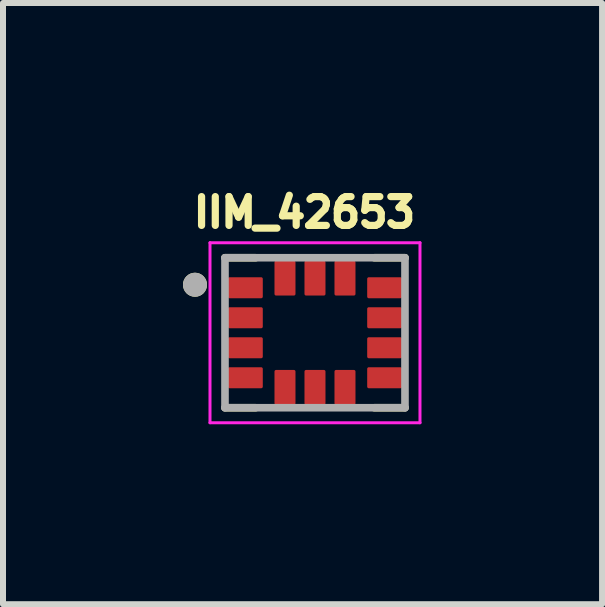
<source format=kicad_pcb>
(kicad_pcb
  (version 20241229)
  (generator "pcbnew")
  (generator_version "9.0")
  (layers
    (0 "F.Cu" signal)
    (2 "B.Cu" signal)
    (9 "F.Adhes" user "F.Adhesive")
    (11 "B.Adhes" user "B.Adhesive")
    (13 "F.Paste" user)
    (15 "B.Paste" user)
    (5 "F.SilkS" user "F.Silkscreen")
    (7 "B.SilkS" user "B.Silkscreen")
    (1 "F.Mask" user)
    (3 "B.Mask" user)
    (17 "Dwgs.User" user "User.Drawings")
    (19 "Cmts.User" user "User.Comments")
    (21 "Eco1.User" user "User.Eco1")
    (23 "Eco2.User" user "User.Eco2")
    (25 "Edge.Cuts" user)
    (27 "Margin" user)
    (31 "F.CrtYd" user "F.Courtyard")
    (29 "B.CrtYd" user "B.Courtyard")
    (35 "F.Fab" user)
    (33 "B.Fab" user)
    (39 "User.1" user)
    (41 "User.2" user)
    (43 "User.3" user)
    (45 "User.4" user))
  (footprint "IIM_42653"
    (layer "F.Cu")
    (at 2.2 2.496)
    (property "Reference" "IIM_42653" (at -0.176 -2.005 0) (layer "F.SilkS") (effects (font (size 0.48 0.48) (thickness 0.15))))
    (attr smd)
    (fp_poly (pts (xy -1.425 -0.975) (xy -0.895 -0.975) (xy -0.891 -0.975) (xy -0.887 -0.975) (xy -0.883 -0.974) (xy -0.879 -0.973) (xy -0.876 -0.972) (xy -0.872 -0.971) (xy -0.868 -0.97) (xy -0.864 -0.969) (xy -0.861 -0.967) (xy -0.857 -0.965) (xy -0.854 -0.963) (xy -0.851 -0.961) (xy -0.848 -0.958) (xy -0.845 -0.956) (xy -0.842 -0.953) (xy -0.839 -0.95) (xy -0.837 -0.947) (xy -0.834 -0.944) (xy -0.832 -0.941) (xy -0.83 -0.937) (xy -0.828 -0.934) (xy -0.826 -0.931) (xy -0.825 -0.927) (xy -0.824 -0.923) (xy -0.823 -0.919) (xy -0.822 -0.916) (xy -0.821 -0.912) (xy -0.82 -0.908) (xy -0.82 -0.904) (xy -0.82 -0.9) (xy -0.82 -0.6) (xy -0.82 -0.596) (xy -0.82 -0.592) (xy -0.821 -0.588) (xy -0.822 -0.584) (xy -0.823 -0.581) (xy -0.824 -0.577) (xy -0.825 -0.573) (xy -0.826 -0.569) (xy -0.828 -0.566) (xy -0.83 -0.563) (xy -0.832 -0.559) (xy -0.834 -0.556) (xy -0.837 -0.553) (xy -0.839 -0.55) (xy -0.842 -0.547) (xy -0.845 -0.544) (xy -0.848 -0.542) (xy -0.851 -0.539) (xy -0.854 -0.537) (xy -0.857 -0.535) (xy -0.861 -0.533) (xy -0.864 -0.531) (xy -0.868 -0.53) (xy -0.872 -0.529) (xy -0.876 -0.528) (xy -0.879 -0.527) (xy -0.883 -0.526) (xy -0.887 -0.525) (xy -0.891 -0.525) (xy -0.895 -0.525) (xy -1.425 -0.525) (xy -1.429 -0.525) (xy -1.433 -0.525) (xy -1.437 -0.526) (xy -1.441 -0.527) (xy -1.444 -0.528) (xy -1.448 -0.529) (xy -1.452 -0.53) (xy -1.456 -0.531) (xy -1.459 -0.533) (xy -1.462 -0.535) (xy -1.466 -0.537) (xy -1.469 -0.539) (xy -1.472 -0.542) (xy -1.475 -0.544) (xy -1.478 -0.547) (xy -1.481 -0.55) (xy -1.483 -0.553) (xy -1.486 -0.556) (xy -1.488 -0.559) (xy -1.49 -0.563) (xy -1.492 -0.566) (xy -1.494 -0.569) (xy -1.495 -0.573) (xy -1.496 -0.577) (xy -1.497 -0.581) (xy -1.498 -0.584) (xy -1.499 -0.588) (xy -1.5 -0.592) (xy -1.5 -0.596) (xy -1.5 -0.6) (xy -1.5 -0.9) (xy -1.5 -0.904) (xy -1.5 -0.908) (xy -1.499 -0.912) (xy -1.498 -0.916) (xy -1.497 -0.919) (xy -1.496 -0.923) (xy -1.495 -0.927) (xy -1.494 -0.931) (xy -1.492 -0.934) (xy -1.49 -0.938) (xy -1.488 -0.941) (xy -1.486 -0.944) (xy -1.483 -0.947) (xy -1.481 -0.95) (xy -1.478 -0.953) (xy -1.475 -0.956) (xy -1.472 -0.958) (xy -1.469 -0.961) (xy -1.466 -0.963) (xy -1.462 -0.965) (xy -1.459 -0.967) (xy -1.456 -0.969) (xy -1.452 -0.97) (xy -1.448 -0.971) (xy -1.444 -0.972) (xy -1.441 -0.973) (xy -1.437 -0.974) (xy -1.433 -0.975) (xy -1.429 -0.975) (xy -1.425 -0.975)) (stroke (width 0.01) (type solid)) (fill yes) (layer "F.Mask"))
    (fp_poly (pts (xy -1.425 -0.475) (xy -0.895 -0.475) (xy -0.891 -0.475) (xy -0.887 -0.475) (xy -0.883 -0.474) (xy -0.879 -0.473) (xy -0.876 -0.472) (xy -0.872 -0.471) (xy -0.868 -0.47) (xy -0.864 -0.469) (xy -0.861 -0.467) (xy -0.857 -0.465) (xy -0.854 -0.463) (xy -0.851 -0.461) (xy -0.848 -0.458) (xy -0.845 -0.456) (xy -0.842 -0.453) (xy -0.839 -0.45) (xy -0.837 -0.447) (xy -0.834 -0.444) (xy -0.832 -0.441) (xy -0.83 -0.437) (xy -0.828 -0.434) (xy -0.826 -0.431) (xy -0.825 -0.427) (xy -0.824 -0.423) (xy -0.823 -0.419) (xy -0.822 -0.416) (xy -0.821 -0.412) (xy -0.82 -0.408) (xy -0.82 -0.404) (xy -0.82 -0.4) (xy -0.82 -0.1) (xy -0.82 -0.096) (xy -0.82 -0.092) (xy -0.821 -0.088) (xy -0.822 -0.084) (xy -0.823 -0.081) (xy -0.824 -0.077) (xy -0.825 -0.073) (xy -0.826 -0.069) (xy -0.828 -0.066) (xy -0.83 -0.063) (xy -0.832 -0.059) (xy -0.834 -0.056) (xy -0.837 -0.053) (xy -0.839 -0.05) (xy -0.842 -0.047) (xy -0.845 -0.044) (xy -0.848 -0.042) (xy -0.851 -0.039) (xy -0.854 -0.037) (xy -0.857 -0.035) (xy -0.861 -0.033) (xy -0.864 -0.031) (xy -0.868 -0.03) (xy -0.872 -0.029) (xy -0.876 -0.028) (xy -0.879 -0.027) (xy -0.883 -0.026) (xy -0.887 -0.025) (xy -0.891 -0.025) (xy -0.895 -0.025) (xy -1.425 -0.025) (xy -1.429 -0.025) (xy -1.433 -0.025) (xy -1.437 -0.026) (xy -1.441 -0.027) (xy -1.444 -0.028) (xy -1.448 -0.029) (xy -1.452 -0.03) (xy -1.456 -0.031) (xy -1.459 -0.033) (xy -1.462 -0.035) (xy -1.466 -0.037) (xy -1.469 -0.039) (xy -1.472 -0.042) (xy -1.475 -0.044) (xy -1.478 -0.047) (xy -1.481 -0.05) (xy -1.483 -0.053) (xy -1.486 -0.056) (xy -1.488 -0.059) (xy -1.49 -0.062) (xy -1.492 -0.066) (xy -1.494 -0.069) (xy -1.495 -0.073) (xy -1.496 -0.077) (xy -1.497 -0.081) (xy -1.498 -0.084) (xy -1.499 -0.088) (xy -1.5 -0.092) (xy -1.5 -0.096) (xy -1.5 -0.1) (xy -1.5 -0.4) (xy -1.5 -0.404) (xy -1.5 -0.408) (xy -1.499 -0.412) (xy -1.498 -0.416) (xy -1.497 -0.419) (xy -1.496 -0.423) (xy -1.495 -0.427) (xy -1.494 -0.431) (xy -1.492 -0.434) (xy -1.49 -0.438) (xy -1.488 -0.441) (xy -1.486 -0.444) (xy -1.483 -0.447) (xy -1.481 -0.45) (xy -1.478 -0.453) (xy -1.475 -0.456) (xy -1.472 -0.458) (xy -1.469 -0.461) (xy -1.466 -0.463) (xy -1.462 -0.465) (xy -1.459 -0.467) (xy -1.456 -0.469) (xy -1.452 -0.47) (xy -1.448 -0.471) (xy -1.444 -0.472) (xy -1.441 -0.473) (xy -1.437 -0.474) (xy -1.433 -0.475) (xy -1.429 -0.475) (xy -1.425 -0.475)) (stroke (width 0.01) (type solid)) (fill yes) (layer "F.Mask"))
    (fp_poly (pts (xy -1.425 0.025) (xy -0.895 0.025) (xy -0.891 0.025) (xy -0.887 0.025) (xy -0.883 0.026) (xy -0.879 0.027) (xy -0.876 0.028) (xy -0.872 0.029) (xy -0.868 0.03) (xy -0.864 0.031) (xy -0.861 0.033) (xy -0.857 0.035) (xy -0.854 0.037) (xy -0.851 0.039) (xy -0.848 0.042) (xy -0.845 0.044) (xy -0.842 0.047) (xy -0.839 0.05) (xy -0.837 0.053) (xy -0.834 0.056) (xy -0.832 0.059) (xy -0.83 0.063) (xy -0.828 0.066) (xy -0.826 0.069) (xy -0.825 0.073) (xy -0.824 0.077) (xy -0.823 0.081) (xy -0.822 0.084) (xy -0.821 0.088) (xy -0.82 0.092) (xy -0.82 0.096) (xy -0.82 0.1) (xy -0.82 0.4) (xy -0.82 0.404) (xy -0.82 0.408) (xy -0.821 0.412) (xy -0.822 0.416) (xy -0.823 0.419) (xy -0.824 0.423) (xy -0.825 0.427) (xy -0.826 0.431) (xy -0.828 0.434) (xy -0.83 0.437) (xy -0.832 0.441) (xy -0.834 0.444) (xy -0.837 0.447) (xy -0.839 0.45) (xy -0.842 0.453) (xy -0.845 0.456) (xy -0.848 0.458) (xy -0.851 0.461) (xy -0.854 0.463) (xy -0.857 0.465) (xy -0.861 0.467) (xy -0.864 0.469) (xy -0.868 0.47) (xy -0.872 0.471) (xy -0.876 0.472) (xy -0.879 0.473) (xy -0.883 0.474) (xy -0.887 0.475) (xy -0.891 0.475) (xy -0.895 0.475) (xy -1.425 0.475) (xy -1.429 0.475) (xy -1.433 0.475) (xy -1.437 0.474) (xy -1.441 0.473) (xy -1.444 0.472) (xy -1.448 0.471) (xy -1.452 0.47) (xy -1.456 0.469) (xy -1.459 0.467) (xy -1.462 0.465) (xy -1.466 0.463) (xy -1.469 0.461) (xy -1.472 0.458) (xy -1.475 0.456) (xy -1.478 0.453) (xy -1.481 0.45) (xy -1.483 0.447) (xy -1.486 0.444) (xy -1.488 0.441) (xy -1.49 0.438) (xy -1.492 0.434) (xy -1.494 0.431) (xy -1.495 0.427) (xy -1.496 0.423) (xy -1.497 0.419) (xy -1.498 0.416) (xy -1.499 0.412) (xy -1.5 0.408) (xy -1.5 0.404) (xy -1.5 0.4) (xy -1.5 0.1) (xy -1.5 0.096) (xy -1.5 0.092) (xy -1.499 0.088) (xy -1.498 0.084) (xy -1.497 0.081) (xy -1.496 0.077) (xy -1.495 0.073) (xy -1.494 0.069) (xy -1.492 0.066) (xy -1.49 0.062) (xy -1.488 0.059) (xy -1.486 0.056) (xy -1.483 0.053) (xy -1.481 0.05) (xy -1.478 0.047) (xy -1.475 0.044) (xy -1.472 0.042) (xy -1.469 0.039) (xy -1.466 0.037) (xy -1.462 0.035) (xy -1.459 0.033) (xy -1.456 0.031) (xy -1.452 0.03) (xy -1.448 0.029) (xy -1.444 0.028) (xy -1.441 0.027) (xy -1.437 0.026) (xy -1.433 0.025) (xy -1.429 0.025) (xy -1.425 0.025)) (stroke (width 0.01) (type solid)) (fill yes) (layer "F.Mask"))
    (fp_poly (pts (xy -1.425 0.525) (xy -0.895 0.525) (xy -0.891 0.525) (xy -0.887 0.525) (xy -0.883 0.526) (xy -0.879 0.527) (xy -0.876 0.528) (xy -0.872 0.529) (xy -0.868 0.53) (xy -0.864 0.531) (xy -0.861 0.533) (xy -0.857 0.535) (xy -0.854 0.537) (xy -0.851 0.539) (xy -0.848 0.542) (xy -0.845 0.544) (xy -0.842 0.547) (xy -0.839 0.55) (xy -0.837 0.553) (xy -0.834 0.556) (xy -0.832 0.559) (xy -0.83 0.563) (xy -0.828 0.566) (xy -0.826 0.569) (xy -0.825 0.573) (xy -0.824 0.577) (xy -0.823 0.581) (xy -0.822 0.584) (xy -0.821 0.588) (xy -0.82 0.592) (xy -0.82 0.596) (xy -0.82 0.6) (xy -0.82 0.9) (xy -0.82 0.904) (xy -0.82 0.908) (xy -0.821 0.912) (xy -0.822 0.916) (xy -0.823 0.919) (xy -0.824 0.923) (xy -0.825 0.927) (xy -0.826 0.931) (xy -0.828 0.934) (xy -0.83 0.937) (xy -0.832 0.941) (xy -0.834 0.944) (xy -0.837 0.947) (xy -0.839 0.95) (xy -0.842 0.953) (xy -0.845 0.956) (xy -0.848 0.958) (xy -0.851 0.961) (xy -0.854 0.963) (xy -0.857 0.965) (xy -0.861 0.967) (xy -0.864 0.969) (xy -0.868 0.97) (xy -0.872 0.971) (xy -0.876 0.972) (xy -0.879 0.973) (xy -0.883 0.974) (xy -0.887 0.975) (xy -0.891 0.975) (xy -0.895 0.975) (xy -1.425 0.975) (xy -1.429 0.975) (xy -1.433 0.975) (xy -1.437 0.974) (xy -1.441 0.973) (xy -1.444 0.972) (xy -1.448 0.971) (xy -1.452 0.97) (xy -1.456 0.969) (xy -1.459 0.967) (xy -1.462 0.965) (xy -1.466 0.963) (xy -1.469 0.961) (xy -1.472 0.958) (xy -1.475 0.956) (xy -1.478 0.953) (xy -1.481 0.95) (xy -1.483 0.947) (xy -1.486 0.944) (xy -1.488 0.941) (xy -1.49 0.938) (xy -1.492 0.934) (xy -1.494 0.931) (xy -1.495 0.927) (xy -1.496 0.923) (xy -1.497 0.919) (xy -1.498 0.916) (xy -1.499 0.912) (xy -1.5 0.908) (xy -1.5 0.904) (xy -1.5 0.9) (xy -1.5 0.6) (xy -1.5 0.596) (xy -1.5 0.592) (xy -1.499 0.588) (xy -1.498 0.584) (xy -1.497 0.581) (xy -1.496 0.577) (xy -1.495 0.573) (xy -1.494 0.569) (xy -1.492 0.566) (xy -1.49 0.563) (xy -1.488 0.559) (xy -1.486 0.556) (xy -1.483 0.553) (xy -1.481 0.55) (xy -1.478 0.547) (xy -1.475 0.544) (xy -1.472 0.542) (xy -1.469 0.539) (xy -1.466 0.537) (xy -1.462 0.535) (xy -1.459 0.533) (xy -1.456 0.531) (xy -1.452 0.53) (xy -1.448 0.529) (xy -1.444 0.528) (xy -1.441 0.527) (xy -1.437 0.526) (xy -1.433 0.525) (xy -1.429 0.525) (xy -1.425 0.525)) (stroke (width 0.01) (type solid)) (fill yes) (layer "F.Mask"))
    (fp_poly (pts (xy -0.725 -0.645) (xy -0.725 -1.175) (xy -0.725 -1.179) (xy -0.725 -1.183) (xy -0.724 -1.187) (xy -0.723 -1.191) (xy -0.722 -1.194) (xy -0.721 -1.198) (xy -0.72 -1.202) (xy -0.719 -1.206) (xy -0.717 -1.209) (xy -0.715 -1.212) (xy -0.713 -1.216) (xy -0.711 -1.219) (xy -0.708 -1.222) (xy -0.706 -1.225) (xy -0.703 -1.228) (xy -0.7 -1.231) (xy -0.697 -1.233) (xy -0.694 -1.236) (xy -0.691 -1.238) (xy -0.688 -1.24) (xy -0.684 -1.242) (xy -0.681 -1.244) (xy -0.677 -1.245) (xy -0.673 -1.246) (xy -0.669 -1.247) (xy -0.666 -1.248) (xy -0.662 -1.249) (xy -0.658 -1.25) (xy -0.654 -1.25) (xy -0.65 -1.25) (xy -0.35 -1.25) (xy -0.346 -1.25) (xy -0.342 -1.25) (xy -0.338 -1.249) (xy -0.334 -1.248) (xy -0.331 -1.247) (xy -0.327 -1.246) (xy -0.323 -1.245) (xy -0.319 -1.244) (xy -0.316 -1.242) (xy -0.313 -1.24) (xy -0.309 -1.238) (xy -0.306 -1.236) (xy -0.303 -1.233) (xy -0.3 -1.231) (xy -0.297 -1.228) (xy -0.294 -1.225) (xy -0.292 -1.222) (xy -0.289 -1.219) (xy -0.287 -1.216) (xy -0.285 -1.212) (xy -0.283 -1.209) (xy -0.281 -1.206) (xy -0.28 -1.202) (xy -0.279 -1.198) (xy -0.278 -1.194) (xy -0.277 -1.191) (xy -0.276 -1.187) (xy -0.275 -1.183) (xy -0.275 -1.179) (xy -0.275 -1.175) (xy -0.275 -0.645) (xy -0.275 -0.641) (xy -0.275 -0.637) (xy -0.276 -0.633) (xy -0.277 -0.629) (xy -0.278 -0.626) (xy -0.279 -0.622) (xy -0.28 -0.618) (xy -0.281 -0.614) (xy -0.283 -0.611) (xy -0.285 -0.607) (xy -0.287 -0.604) (xy -0.289 -0.601) (xy -0.292 -0.598) (xy -0.294 -0.595) (xy -0.297 -0.592) (xy -0.3 -0.589) (xy -0.303 -0.587) (xy -0.306 -0.584) (xy -0.309 -0.582) (xy -0.313 -0.58) (xy -0.316 -0.578) (xy -0.319 -0.576) (xy -0.323 -0.575) (xy -0.327 -0.574) (xy -0.331 -0.573) (xy -0.334 -0.572) (xy -0.338 -0.571) (xy -0.342 -0.57) (xy -0.346 -0.57) (xy -0.35 -0.57) (xy -0.65 -0.57) (xy -0.654 -0.57) (xy -0.658 -0.57) (xy -0.662 -0.571) (xy -0.666 -0.572) (xy -0.669 -0.573) (xy -0.673 -0.574) (xy -0.677 -0.575) (xy -0.681 -0.576) (xy -0.684 -0.578) (xy -0.688 -0.58) (xy -0.691 -0.582) (xy -0.694 -0.584) (xy -0.697 -0.587) (xy -0.7 -0.589) (xy -0.703 -0.592) (xy -0.706 -0.595) (xy -0.708 -0.598) (xy -0.711 -0.601) (xy -0.713 -0.604) (xy -0.715 -0.607) (xy -0.717 -0.611) (xy -0.719 -0.614) (xy -0.72 -0.618) (xy -0.721 -0.622) (xy -0.722 -0.626) (xy -0.723 -0.629) (xy -0.724 -0.633) (xy -0.725 -0.637) (xy -0.725 -0.641) (xy -0.725 -0.645)) (stroke (width 0.01) (type solid)) (fill yes) (layer "F.Mask"))
    (fp_poly (pts (xy -0.275 0.645) (xy -0.275 1.175) (xy -0.275 1.179) (xy -0.275 1.183) (xy -0.276 1.187) (xy -0.277 1.191) (xy -0.278 1.194) (xy -0.279 1.198) (xy -0.28 1.202) (xy -0.281 1.206) (xy -0.283 1.209) (xy -0.285 1.212) (xy -0.287 1.216) (xy -0.289 1.219) (xy -0.292 1.222) (xy -0.294 1.225) (xy -0.297 1.228) (xy -0.3 1.231) (xy -0.303 1.233) (xy -0.306 1.236) (xy -0.309 1.238) (xy -0.313 1.24) (xy -0.316 1.242) (xy -0.319 1.244) (xy -0.323 1.245) (xy -0.327 1.246) (xy -0.331 1.247) (xy -0.334 1.248) (xy -0.338 1.249) (xy -0.342 1.25) (xy -0.346 1.25) (xy -0.35 1.25) (xy -0.65 1.25) (xy -0.654 1.25) (xy -0.658 1.25) (xy -0.662 1.249) (xy -0.666 1.248) (xy -0.669 1.247) (xy -0.673 1.246) (xy -0.677 1.245) (xy -0.681 1.244) (xy -0.684 1.242) (xy -0.688 1.24) (xy -0.691 1.238) (xy -0.694 1.236) (xy -0.697 1.233) (xy -0.7 1.231) (xy -0.703 1.228) (xy -0.706 1.225) (xy -0.708 1.222) (xy -0.711 1.219) (xy -0.713 1.216) (xy -0.715 1.212) (xy -0.717 1.209) (xy -0.719 1.206) (xy -0.72 1.202) (xy -0.721 1.198) (xy -0.722 1.194) (xy -0.723 1.191) (xy -0.724 1.187) (xy -0.725 1.183) (xy -0.725 1.179) (xy -0.725 1.175) (xy -0.725 0.645) (xy -0.725 0.641) (xy -0.725 0.637) (xy -0.724 0.633) (xy -0.723 0.629) (xy -0.722 0.626) (xy -0.721 0.622) (xy -0.72 0.618) (xy -0.719 0.614) (xy -0.717 0.611) (xy -0.715 0.607) (xy -0.713 0.604) (xy -0.711 0.601) (xy -0.708 0.598) (xy -0.706 0.595) (xy -0.703 0.592) (xy -0.7 0.589) (xy -0.697 0.587) (xy -0.694 0.584) (xy -0.691 0.582) (xy -0.687 0.58) (xy -0.684 0.578) (xy -0.681 0.576) (xy -0.677 0.575) (xy -0.673 0.574) (xy -0.669 0.573) (xy -0.666 0.572) (xy -0.662 0.571) (xy -0.658 0.57) (xy -0.654 0.57) (xy -0.65 0.57) (xy -0.35 0.57) (xy -0.346 0.57) (xy -0.342 0.57) (xy -0.338 0.571) (xy -0.334 0.572) (xy -0.331 0.573) (xy -0.327 0.574) (xy -0.323 0.575) (xy -0.319 0.576) (xy -0.316 0.578) (xy -0.313 0.58) (xy -0.309 0.582) (xy -0.306 0.584) (xy -0.303 0.587) (xy -0.3 0.589) (xy -0.297 0.592) (xy -0.294 0.595) (xy -0.292 0.598) (xy -0.289 0.601) (xy -0.287 0.604) (xy -0.285 0.607) (xy -0.283 0.611) (xy -0.281 0.614) (xy -0.28 0.618) (xy -0.279 0.622) (xy -0.278 0.626) (xy -0.277 0.629) (xy -0.276 0.633) (xy -0.275 0.637) (xy -0.275 0.641) (xy -0.275 0.645)) (stroke (width 0.01) (type solid)) (fill yes) (layer "F.Mask"))
    (fp_poly (pts (xy 0.15 -0.57) (xy -0.15 -0.57) (xy -0.154 -0.57) (xy -0.158 -0.57) (xy -0.162 -0.571) (xy -0.166 -0.572) (xy -0.169 -0.573) (xy -0.173 -0.574) (xy -0.177 -0.575) (xy -0.181 -0.576) (xy -0.184 -0.578) (xy -0.188 -0.58) (xy -0.191 -0.582) (xy -0.194 -0.584) (xy -0.197 -0.587) (xy -0.2 -0.589) (xy -0.203 -0.592) (xy -0.206 -0.595) (xy -0.208 -0.598) (xy -0.211 -0.601) (xy -0.213 -0.604) (xy -0.215 -0.607) (xy -0.217 -0.611) (xy -0.219 -0.614) (xy -0.22 -0.618) (xy -0.221 -0.622) (xy -0.222 -0.626) (xy -0.223 -0.629) (xy -0.224 -0.633) (xy -0.225 -0.637) (xy -0.225 -0.641) (xy -0.225 -0.645) (xy -0.225 -1.175) (xy -0.225 -1.179) (xy -0.225 -1.183) (xy -0.224 -1.187) (xy -0.223 -1.191) (xy -0.222 -1.194) (xy -0.221 -1.198) (xy -0.22 -1.202) (xy -0.219 -1.206) (xy -0.217 -1.209) (xy -0.215 -1.212) (xy -0.213 -1.216) (xy -0.211 -1.219) (xy -0.208 -1.222) (xy -0.206 -1.225) (xy -0.203 -1.228) (xy -0.2 -1.231) (xy -0.197 -1.233) (xy -0.194 -1.236) (xy -0.191 -1.238) (xy -0.188 -1.24) (xy -0.184 -1.242) (xy -0.181 -1.244) (xy -0.177 -1.245) (xy -0.173 -1.246) (xy -0.169 -1.247) (xy -0.166 -1.248) (xy -0.162 -1.249) (xy -0.158 -1.25) (xy -0.154 -1.25) (xy -0.15 -1.25) (xy 0.15 -1.25) (xy 0.154 -1.25) (xy 0.158 -1.25) (xy 0.162 -1.249) (xy 0.166 -1.248) (xy 0.169 -1.247) (xy 0.173 -1.246) (xy 0.177 -1.245) (xy 0.181 -1.244) (xy 0.184 -1.242) (xy 0.188 -1.24) (xy 0.191 -1.238) (xy 0.194 -1.236) (xy 0.197 -1.233) (xy 0.2 -1.231) (xy 0.203 -1.228) (xy 0.206 -1.225) (xy 0.208 -1.222) (xy 0.211 -1.219) (xy 0.213 -1.216) (xy 0.215 -1.212) (xy 0.217 -1.209) (xy 0.219 -1.206) (xy 0.22 -1.202) (xy 0.221 -1.198) (xy 0.222 -1.194) (xy 0.223 -1.191) (xy 0.224 -1.187) (xy 0.225 -1.183) (xy 0.225 -1.179) (xy 0.225 -1.175) (xy 0.225 -0.645) (xy 0.225 -0.641) (xy 0.225 -0.637) (xy 0.224 -0.633) (xy 0.223 -0.629) (xy 0.222 -0.626) (xy 0.221 -0.622) (xy 0.22 -0.618) (xy 0.219 -0.614) (xy 0.217 -0.611) (xy 0.215 -0.607) (xy 0.213 -0.604) (xy 0.211 -0.601) (xy 0.208 -0.598) (xy 0.206 -0.595) (xy 0.203 -0.592) (xy 0.2 -0.589) (xy 0.197 -0.587) (xy 0.194 -0.584) (xy 0.191 -0.582) (xy 0.188 -0.58) (xy 0.184 -0.578) (xy 0.181 -0.576) (xy 0.177 -0.575) (xy 0.173 -0.574) (xy 0.169 -0.573) (xy 0.166 -0.572) (xy 0.162 -0.571) (xy 0.158 -0.57) (xy 0.154 -0.57) (xy 0.15 -0.57)) (stroke (width 0.01) (type solid)) (fill yes) (layer "F.Mask"))
    (fp_poly (pts (xy 0.225 0.645) (xy 0.225 1.175) (xy 0.225 1.179) (xy 0.225 1.183) (xy 0.224 1.187) (xy 0.223 1.191) (xy 0.222 1.194) (xy 0.221 1.198) (xy 0.22 1.202) (xy 0.219 1.206) (xy 0.217 1.209) (xy 0.215 1.212) (xy 0.213 1.216) (xy 0.211 1.219) (xy 0.208 1.222) (xy 0.206 1.225) (xy 0.203 1.228) (xy 0.2 1.231) (xy 0.197 1.233) (xy 0.194 1.236) (xy 0.191 1.238) (xy 0.188 1.24) (xy 0.184 1.242) (xy 0.181 1.244) (xy 0.177 1.245) (xy 0.173 1.246) (xy 0.169 1.247) (xy 0.166 1.248) (xy 0.162 1.249) (xy 0.158 1.25) (xy 0.154 1.25) (xy 0.15 1.25) (xy -0.15 1.25) (xy -0.154 1.25) (xy -0.158 1.25) (xy -0.162 1.249) (xy -0.166 1.248) (xy -0.169 1.247) (xy -0.173 1.246) (xy -0.177 1.245) (xy -0.181 1.244) (xy -0.184 1.242) (xy -0.188 1.24) (xy -0.191 1.238) (xy -0.194 1.236) (xy -0.197 1.233) (xy -0.2 1.231) (xy -0.203 1.228) (xy -0.206 1.225) (xy -0.208 1.222) (xy -0.211 1.219) (xy -0.213 1.216) (xy -0.215 1.212) (xy -0.217 1.209) (xy -0.219 1.206) (xy -0.22 1.202) (xy -0.221 1.198) (xy -0.222 1.194) (xy -0.223 1.191) (xy -0.224 1.187) (xy -0.225 1.183) (xy -0.225 1.179) (xy -0.225 1.175) (xy -0.225 0.645) (xy -0.225 0.641) (xy -0.225 0.637) (xy -0.224 0.633) (xy -0.223 0.629) (xy -0.222 0.626) (xy -0.221 0.622) (xy -0.22 0.618) (xy -0.219 0.614) (xy -0.217 0.611) (xy -0.215 0.607) (xy -0.213 0.604) (xy -0.211 0.601) (xy -0.208 0.598) (xy -0.206 0.595) (xy -0.203 0.592) (xy -0.2 0.589) (xy -0.197 0.587) (xy -0.194 0.584) (xy -0.191 0.582) (xy -0.187 0.58) (xy -0.184 0.578) (xy -0.181 0.576) (xy -0.177 0.575) (xy -0.173 0.574) (xy -0.169 0.573) (xy -0.166 0.572) (xy -0.162 0.571) (xy -0.158 0.57) (xy -0.154 0.57) (xy -0.15 0.57) (xy 0.15 0.57) (xy 0.154 0.57) (xy 0.158 0.57) (xy 0.162 0.571) (xy 0.166 0.572) (xy 0.169 0.573) (xy 0.173 0.574) (xy 0.177 0.575) (xy 0.181 0.576) (xy 0.184 0.578) (xy 0.188 0.58) (xy 0.191 0.582) (xy 0.194 0.584) (xy 0.197 0.587) (xy 0.2 0.589) (xy 0.203 0.592) (xy 0.206 0.595) (xy 0.208 0.598) (xy 0.211 0.601) (xy 0.213 0.604) (xy 0.215 0.607) (xy 0.217 0.611) (xy 0.219 0.614) (xy 0.22 0.618) (xy 0.221 0.622) (xy 0.222 0.626) (xy 0.223 0.629) (xy 0.224 0.633) (xy 0.225 0.637) (xy 0.225 0.641) (xy 0.225 0.645)) (stroke (width 0.01) (type solid)) (fill yes) (layer "F.Mask"))
    (fp_poly (pts (xy 0.275 -0.645) (xy 0.275 -1.175) (xy 0.275 -1.179) (xy 0.275 -1.183) (xy 0.276 -1.187) (xy 0.277 -1.191) (xy 0.278 -1.194) (xy 0.279 -1.198) (xy 0.28 -1.202) (xy 0.281 -1.206) (xy 0.283 -1.209) (xy 0.285 -1.212) (xy 0.287 -1.216) (xy 0.289 -1.219) (xy 0.292 -1.222) (xy 0.294 -1.225) (xy 0.297 -1.228) (xy 0.3 -1.231) (xy 0.303 -1.233) (xy 0.306 -1.236) (xy 0.309 -1.238) (xy 0.313 -1.24) (xy 0.316 -1.242) (xy 0.319 -1.244) (xy 0.323 -1.245) (xy 0.327 -1.246) (xy 0.331 -1.247) (xy 0.334 -1.248) (xy 0.338 -1.249) (xy 0.342 -1.25) (xy 0.346 -1.25) (xy 0.35 -1.25) (xy 0.65 -1.25) (xy 0.654 -1.25) (xy 0.658 -1.25) (xy 0.662 -1.249) (xy 0.666 -1.248) (xy 0.669 -1.247) (xy 0.673 -1.246) (xy 0.677 -1.245) (xy 0.681 -1.244) (xy 0.684 -1.242) (xy 0.688 -1.24) (xy 0.691 -1.238) (xy 0.694 -1.236) (xy 0.697 -1.233) (xy 0.7 -1.231) (xy 0.703 -1.228) (xy 0.706 -1.225) (xy 0.708 -1.222) (xy 0.711 -1.219) (xy 0.713 -1.216) (xy 0.715 -1.212) (xy 0.717 -1.209) (xy 0.719 -1.206) (xy 0.72 -1.202) (xy 0.721 -1.198) (xy 0.722 -1.194) (xy 0.723 -1.191) (xy 0.724 -1.187) (xy 0.725 -1.183) (xy 0.725 -1.179) (xy 0.725 -1.175) (xy 0.725 -0.645) (xy 0.725 -0.641) (xy 0.725 -0.637) (xy 0.724 -0.633) (xy 0.723 -0.629) (xy 0.722 -0.626) (xy 0.721 -0.622) (xy 0.72 -0.618) (xy 0.719 -0.614) (xy 0.717 -0.611) (xy 0.715 -0.607) (xy 0.713 -0.604) (xy 0.711 -0.601) (xy 0.708 -0.598) (xy 0.706 -0.595) (xy 0.703 -0.592) (xy 0.7 -0.589) (xy 0.697 -0.587) (xy 0.694 -0.584) (xy 0.691 -0.582) (xy 0.687 -0.58) (xy 0.684 -0.578) (xy 0.681 -0.576) (xy 0.677 -0.575) (xy 0.673 -0.574) (xy 0.669 -0.573) (xy 0.666 -0.572) (xy 0.662 -0.571) (xy 0.658 -0.57) (xy 0.654 -0.57) (xy 0.65 -0.57) (xy 0.35 -0.57) (xy 0.346 -0.57) (xy 0.342 -0.57) (xy 0.338 -0.571) (xy 0.334 -0.572) (xy 0.331 -0.573) (xy 0.327 -0.574) (xy 0.323 -0.575) (xy 0.319 -0.576) (xy 0.316 -0.578) (xy 0.313 -0.58) (xy 0.309 -0.582) (xy 0.306 -0.584) (xy 0.303 -0.587) (xy 0.3 -0.589) (xy 0.297 -0.592) (xy 0.294 -0.595) (xy 0.292 -0.598) (xy 0.289 -0.601) (xy 0.287 -0.604) (xy 0.285 -0.607) (xy 0.283 -0.611) (xy 0.281 -0.614) (xy 0.28 -0.618) (xy 0.279 -0.622) (xy 0.278 -0.626) (xy 0.277 -0.629) (xy 0.276 -0.633) (xy 0.275 -0.637) (xy 0.275 -0.641) (xy 0.275 -0.645)) (stroke (width 0.01) (type solid)) (fill yes) (layer "F.Mask"))
    (fp_poly (pts (xy 0.275 1.175) (xy 0.275 0.645) (xy 0.275 0.641) (xy 0.275 0.637) (xy 0.276 0.633) (xy 0.277 0.629) (xy 0.278 0.626) (xy 0.279 0.622) (xy 0.28 0.618) (xy 0.281 0.614) (xy 0.283 0.611) (xy 0.285 0.607) (xy 0.287 0.604) (xy 0.289 0.601) (xy 0.292 0.598) (xy 0.294 0.595) (xy 0.297 0.592) (xy 0.3 0.589) (xy 0.303 0.587) (xy 0.306 0.584) (xy 0.309 0.582) (xy 0.313 0.58) (xy 0.316 0.578) (xy 0.319 0.576) (xy 0.323 0.575) (xy 0.327 0.574) (xy 0.331 0.573) (xy 0.334 0.572) (xy 0.338 0.571) (xy 0.342 0.57) (xy 0.346 0.57) (xy 0.35 0.57) (xy 0.65 0.57) (xy 0.654 0.57) (xy 0.658 0.57) (xy 0.662 0.571) (xy 0.666 0.572) (xy 0.669 0.573) (xy 0.673 0.574) (xy 0.677 0.575) (xy 0.681 0.576) (xy 0.684 0.578) (xy 0.687 0.58) (xy 0.691 0.582) (xy 0.694 0.584) (xy 0.697 0.587) (xy 0.7 0.589) (xy 0.703 0.592) (xy 0.706 0.595) (xy 0.708 0.598) (xy 0.711 0.601) (xy 0.713 0.604) (xy 0.715 0.607) (xy 0.717 0.611) (xy 0.719 0.614) (xy 0.72 0.618) (xy 0.721 0.622) (xy 0.722 0.626) (xy 0.723 0.629) (xy 0.724 0.633) (xy 0.725 0.637) (xy 0.725 0.641) (xy 0.725 0.645) (xy 0.725 1.175) (xy 0.725 1.179) (xy 0.725 1.183) (xy 0.724 1.187) (xy 0.723 1.191) (xy 0.722 1.194) (xy 0.721 1.198) (xy 0.72 1.202) (xy 0.719 1.206) (xy 0.717 1.209) (xy 0.715 1.212) (xy 0.713 1.216) (xy 0.711 1.219) (xy 0.708 1.222) (xy 0.706 1.225) (xy 0.703 1.228) (xy 0.7 1.231) (xy 0.697 1.233) (xy 0.694 1.236) (xy 0.691 1.238) (xy 0.688 1.24) (xy 0.684 1.242) (xy 0.681 1.244) (xy 0.677 1.245) (xy 0.673 1.246) (xy 0.669 1.247) (xy 0.666 1.248) (xy 0.662 1.249) (xy 0.658 1.25) (xy 0.654 1.25) (xy 0.65 1.25) (xy 0.35 1.25) (xy 0.346 1.25) (xy 0.342 1.25) (xy 0.338 1.249) (xy 0.334 1.248) (xy 0.331 1.247) (xy 0.327 1.246) (xy 0.323 1.245) (xy 0.319 1.244) (xy 0.316 1.242) (xy 0.313 1.24) (xy 0.309 1.238) (xy 0.306 1.236) (xy 0.303 1.233) (xy 0.3 1.231) (xy 0.297 1.228) (xy 0.294 1.225) (xy 0.292 1.222) (xy 0.289 1.219) (xy 0.287 1.216) (xy 0.285 1.212) (xy 0.283 1.209) (xy 0.281 1.206) (xy 0.28 1.202) (xy 0.279 1.198) (xy 0.278 1.194) (xy 0.277 1.191) (xy 0.276 1.187) (xy 0.275 1.183) (xy 0.275 1.179) (xy 0.275 1.175)) (stroke (width 0.01) (type solid)) (fill yes) (layer "F.Mask"))
    (fp_poly (pts (xy 0.82 0.9) (xy 0.82 0.6) (xy 0.82 0.596) (xy 0.82 0.592) (xy 0.821 0.588) (xy 0.822 0.584) (xy 0.823 0.581) (xy 0.824 0.577) (xy 0.825 0.573) (xy 0.826 0.569) (xy 0.828 0.566) (xy 0.83 0.563) (xy 0.832 0.559) (xy 0.834 0.556) (xy 0.837 0.553) (xy 0.839 0.55) (xy 0.842 0.547) (xy 0.845 0.544) (xy 0.848 0.542) (xy 0.851 0.539) (xy 0.854 0.537) (xy 0.857 0.535) (xy 0.861 0.533) (xy 0.864 0.531) (xy 0.868 0.53) (xy 0.872 0.529) (xy 0.876 0.528) (xy 0.879 0.527) (xy 0.883 0.526) (xy 0.887 0.525) (xy 0.891 0.525) (xy 0.895 0.525) (xy 1.425 0.525) (xy 1.429 0.525) (xy 1.433 0.525) (xy 1.437 0.526) (xy 1.441 0.527) (xy 1.444 0.528) (xy 1.448 0.529) (xy 1.452 0.53) (xy 1.456 0.531) (xy 1.459 0.533) (xy 1.462 0.535) (xy 1.466 0.537) (xy 1.469 0.539) (xy 1.472 0.542) (xy 1.475 0.544) (xy 1.478 0.547) (xy 1.481 0.55) (xy 1.483 0.553) (xy 1.486 0.556) (xy 1.488 0.559) (xy 1.49 0.563) (xy 1.492 0.566) (xy 1.494 0.569) (xy 1.495 0.573) (xy 1.496 0.577) (xy 1.497 0.581) (xy 1.498 0.584) (xy 1.499 0.588) (xy 1.5 0.592) (xy 1.5 0.596) (xy 1.5 0.6) (xy 1.5 0.9) (xy 1.5 0.904) (xy 1.5 0.908) (xy 1.499 0.912) (xy 1.498 0.916) (xy 1.497 0.919) (xy 1.496 0.923) (xy 1.495 0.927) (xy 1.494 0.931) (xy 1.492 0.934) (xy 1.49 0.938) (xy 1.488 0.941) (xy 1.486 0.944) (xy 1.483 0.947) (xy 1.481 0.95) (xy 1.478 0.953) (xy 1.475 0.956) (xy 1.472 0.958) (xy 1.469 0.961) (xy 1.466 0.963) (xy 1.462 0.965) (xy 1.459 0.967) (xy 1.456 0.969) (xy 1.452 0.97) (xy 1.448 0.971) (xy 1.444 0.972) (xy 1.441 0.973) (xy 1.437 0.974) (xy 1.433 0.975) (xy 1.429 0.975) (xy 1.425 0.975) (xy 0.895 0.975) (xy 0.891 0.975) (xy 0.887 0.975) (xy 0.883 0.974) (xy 0.879 0.973) (xy 0.876 0.972) (xy 0.872 0.971) (xy 0.868 0.97) (xy 0.864 0.969) (xy 0.861 0.967) (xy 0.857 0.965) (xy 0.854 0.963) (xy 0.851 0.961) (xy 0.848 0.958) (xy 0.845 0.956) (xy 0.842 0.953) (xy 0.839 0.95) (xy 0.837 0.947) (xy 0.834 0.944) (xy 0.832 0.941) (xy 0.83 0.937) (xy 0.828 0.934) (xy 0.826 0.931) (xy 0.825 0.927) (xy 0.824 0.923) (xy 0.823 0.919) (xy 0.822 0.916) (xy 0.821 0.912) (xy 0.82 0.908) (xy 0.82 0.904) (xy 0.82 0.9)) (stroke (width 0.01) (type solid)) (fill yes) (layer "F.Mask"))
    (fp_poly (pts (xy 0.895 -0.975) (xy 1.425 -0.975) (xy 1.429 -0.975) (xy 1.433 -0.975) (xy 1.437 -0.974) (xy 1.441 -0.973) (xy 1.444 -0.972) (xy 1.448 -0.971) (xy 1.452 -0.97) (xy 1.456 -0.969) (xy 1.459 -0.967) (xy 1.462 -0.965) (xy 1.466 -0.963) (xy 1.469 -0.961) (xy 1.472 -0.958) (xy 1.475 -0.956) (xy 1.478 -0.953) (xy 1.481 -0.95) (xy 1.483 -0.947) (xy 1.486 -0.944) (xy 1.488 -0.941) (xy 1.49 -0.938) (xy 1.492 -0.934) (xy 1.494 -0.931) (xy 1.495 -0.927) (xy 1.496 -0.923) (xy 1.497 -0.919) (xy 1.498 -0.916) (xy 1.499 -0.912) (xy 1.5 -0.908) (xy 1.5 -0.904) (xy 1.5 -0.9) (xy 1.5 -0.6) (xy 1.5 -0.596) (xy 1.5 -0.592) (xy 1.499 -0.588) (xy 1.498 -0.584) (xy 1.497 -0.581) (xy 1.496 -0.577) (xy 1.495 -0.573) (xy 1.494 -0.569) (xy 1.492 -0.566) (xy 1.49 -0.563) (xy 1.488 -0.559) (xy 1.486 -0.556) (xy 1.483 -0.553) (xy 1.481 -0.55) (xy 1.478 -0.547) (xy 1.475 -0.544) (xy 1.472 -0.542) (xy 1.469 -0.539) (xy 1.466 -0.537) (xy 1.462 -0.535) (xy 1.459 -0.533) (xy 1.456 -0.531) (xy 1.452 -0.53) (xy 1.448 -0.529) (xy 1.444 -0.528) (xy 1.441 -0.527) (xy 1.437 -0.526) (xy 1.433 -0.525) (xy 1.429 -0.525) (xy 1.425 -0.525) (xy 0.895 -0.525) (xy 0.891 -0.525) (xy 0.887 -0.525) (xy 0.883 -0.526) (xy 0.879 -0.527) (xy 0.876 -0.528) (xy 0.872 -0.529) (xy 0.868 -0.53) (xy 0.864 -0.531) (xy 0.861 -0.533) (xy 0.857 -0.535) (xy 0.854 -0.537) (xy 0.851 -0.539) (xy 0.848 -0.542) (xy 0.845 -0.544) (xy 0.842 -0.547) (xy 0.839 -0.55) (xy 0.837 -0.553) (xy 0.834 -0.556) (xy 0.832 -0.559) (xy 0.83 -0.563) (xy 0.828 -0.566) (xy 0.826 -0.569) (xy 0.825 -0.573) (xy 0.824 -0.577) (xy 0.823 -0.581) (xy 0.822 -0.584) (xy 0.821 -0.588) (xy 0.82 -0.592) (xy 0.82 -0.596) (xy 0.82 -0.6) (xy 0.82 -0.9) (xy 0.82 -0.904) (xy 0.82 -0.908) (xy 0.821 -0.912) (xy 0.822 -0.916) (xy 0.823 -0.919) (xy 0.824 -0.923) (xy 0.825 -0.927) (xy 0.826 -0.931) (xy 0.828 -0.934) (xy 0.83 -0.937) (xy 0.832 -0.941) (xy 0.834 -0.944) (xy 0.837 -0.947) (xy 0.839 -0.95) (xy 0.842 -0.953) (xy 0.845 -0.956) (xy 0.848 -0.958) (xy 0.851 -0.961) (xy 0.854 -0.963) (xy 0.857 -0.965) (xy 0.861 -0.967) (xy 0.864 -0.969) (xy 0.868 -0.97) (xy 0.872 -0.971) (xy 0.876 -0.972) (xy 0.879 -0.973) (xy 0.883 -0.974) (xy 0.887 -0.975) (xy 0.891 -0.975) (xy 0.895 -0.975)) (stroke (width 0.01) (type solid)) (fill yes) (layer "F.Mask"))
    (fp_poly (pts (xy 0.895 -0.475) (xy 1.425 -0.475) (xy 1.429 -0.475) (xy 1.433 -0.475) (xy 1.437 -0.474) (xy 1.441 -0.473) (xy 1.444 -0.472) (xy 1.448 -0.471) (xy 1.452 -0.47) (xy 1.456 -0.469) (xy 1.459 -0.467) (xy 1.462 -0.465) (xy 1.466 -0.463) (xy 1.469 -0.461) (xy 1.472 -0.458) (xy 1.475 -0.456) (xy 1.478 -0.453) (xy 1.481 -0.45) (xy 1.483 -0.447) (xy 1.486 -0.444) (xy 1.488 -0.441) (xy 1.49 -0.438) (xy 1.492 -0.434) (xy 1.494 -0.431) (xy 1.495 -0.427) (xy 1.496 -0.423) (xy 1.497 -0.419) (xy 1.498 -0.416) (xy 1.499 -0.412) (xy 1.5 -0.408) (xy 1.5 -0.404) (xy 1.5 -0.4) (xy 1.5 -0.1) (xy 1.5 -0.096) (xy 1.5 -0.092) (xy 1.499 -0.088) (xy 1.498 -0.084) (xy 1.497 -0.081) (xy 1.496 -0.077) (xy 1.495 -0.073) (xy 1.494 -0.069) (xy 1.492 -0.066) (xy 1.49 -0.062) (xy 1.488 -0.059) (xy 1.486 -0.056) (xy 1.483 -0.053) (xy 1.481 -0.05) (xy 1.478 -0.047) (xy 1.475 -0.044) (xy 1.472 -0.042) (xy 1.469 -0.039) (xy 1.466 -0.037) (xy 1.462 -0.035) (xy 1.459 -0.033) (xy 1.456 -0.031) (xy 1.452 -0.03) (xy 1.448 -0.029) (xy 1.444 -0.028) (xy 1.441 -0.027) (xy 1.437 -0.026) (xy 1.433 -0.025) (xy 1.429 -0.025) (xy 1.425 -0.025) (xy 0.895 -0.025) (xy 0.891 -0.025) (xy 0.887 -0.025) (xy 0.883 -0.026) (xy 0.879 -0.027) (xy 0.876 -0.028) (xy 0.872 -0.029) (xy 0.868 -0.03) (xy 0.864 -0.031) (xy 0.861 -0.033) (xy 0.857 -0.035) (xy 0.854 -0.037) (xy 0.851 -0.039) (xy 0.848 -0.042) (xy 0.845 -0.044) (xy 0.842 -0.047) (xy 0.839 -0.05) (xy 0.837 -0.053) (xy 0.834 -0.056) (xy 0.832 -0.059) (xy 0.83 -0.063) (xy 0.828 -0.066) (xy 0.826 -0.069) (xy 0.825 -0.073) (xy 0.824 -0.077) (xy 0.823 -0.081) (xy 0.822 -0.084) (xy 0.821 -0.088) (xy 0.82 -0.092) (xy 0.82 -0.096) (xy 0.82 -0.1) (xy 0.82 -0.4) (xy 0.82 -0.404) (xy 0.82 -0.408) (xy 0.821 -0.412) (xy 0.822 -0.416) (xy 0.823 -0.419) (xy 0.824 -0.423) (xy 0.825 -0.427) (xy 0.826 -0.431) (xy 0.828 -0.434) (xy 0.83 -0.437) (xy 0.832 -0.441) (xy 0.834 -0.444) (xy 0.837 -0.447) (xy 0.839 -0.45) (xy 0.842 -0.453) (xy 0.845 -0.456) (xy 0.848 -0.458) (xy 0.851 -0.461) (xy 0.854 -0.463) (xy 0.857 -0.465) (xy 0.861 -0.467) (xy 0.864 -0.469) (xy 0.868 -0.47) (xy 0.872 -0.471) (xy 0.876 -0.472) (xy 0.879 -0.473) (xy 0.883 -0.474) (xy 0.887 -0.475) (xy 0.891 -0.475) (xy 0.895 -0.475)) (stroke (width 0.01) (type solid)) (fill yes) (layer "F.Mask"))
    (fp_poly (pts (xy 1.425 0.475) (xy 0.895 0.475) (xy 0.891 0.475) (xy 0.887 0.475) (xy 0.883 0.474) (xy 0.879 0.473) (xy 0.876 0.472) (xy 0.872 0.471) (xy 0.868 0.47) (xy 0.864 0.469) (xy 0.861 0.467) (xy 0.857 0.465) (xy 0.854 0.463) (xy 0.851 0.461) (xy 0.848 0.458) (xy 0.845 0.456) (xy 0.842 0.453) (xy 0.839 0.45) (xy 0.837 0.447) (xy 0.834 0.444) (xy 0.832 0.441) (xy 0.83 0.437) (xy 0.828 0.434) (xy 0.826 0.431) (xy 0.825 0.427) (xy 0.824 0.423) (xy 0.823 0.419) (xy 0.822 0.416) (xy 0.821 0.412) (xy 0.82 0.408) (xy 0.82 0.404) (xy 0.82 0.4) (xy 0.82 0.1) (xy 0.82 0.096) (xy 0.82 0.092) (xy 0.821 0.088) (xy 0.822 0.084) (xy 0.823 0.081) (xy 0.824 0.077) (xy 0.825 0.073) (xy 0.826 0.069) (xy 0.828 0.066) (xy 0.83 0.063) (xy 0.832 0.059) (xy 0.834 0.056) (xy 0.837 0.053) (xy 0.839 0.05) (xy 0.842 0.047) (xy 0.845 0.044) (xy 0.848 0.042) (xy 0.851 0.039) (xy 0.854 0.037) (xy 0.857 0.035) (xy 0.861 0.033) (xy 0.864 0.031) (xy 0.868 0.03) (xy 0.872 0.029) (xy 0.876 0.028) (xy 0.879 0.027) (xy 0.883 0.026) (xy 0.887 0.025) (xy 0.891 0.025) (xy 0.895 0.025) (xy 1.425 0.025) (xy 1.429 0.025) (xy 1.433 0.025) (xy 1.437 0.026) (xy 1.441 0.027) (xy 1.444 0.028) (xy 1.448 0.029) (xy 1.452 0.03) (xy 1.456 0.031) (xy 1.459 0.033) (xy 1.462 0.035) (xy 1.466 0.037) (xy 1.469 0.039) (xy 1.472 0.042) (xy 1.475 0.044) (xy 1.478 0.047) (xy 1.481 0.05) (xy 1.483 0.053) (xy 1.486 0.056) (xy 1.488 0.059) (xy 1.49 0.062) (xy 1.492 0.066) (xy 1.494 0.069) (xy 1.495 0.073) (xy 1.496 0.077) (xy 1.497 0.081) (xy 1.498 0.084) (xy 1.499 0.088) (xy 1.5 0.092) (xy 1.5 0.096) (xy 1.5 0.1) (xy 1.5 0.4) (xy 1.5 0.404) (xy 1.5 0.408) (xy 1.499 0.412) (xy 1.498 0.416) (xy 1.497 0.419) (xy 1.496 0.423) (xy 1.495 0.427) (xy 1.494 0.431) (xy 1.492 0.434) (xy 1.49 0.438) (xy 1.488 0.441) (xy 1.486 0.444) (xy 1.483 0.447) (xy 1.481 0.45) (xy 1.478 0.453) (xy 1.475 0.456) (xy 1.472 0.458) (xy 1.469 0.461) (xy 1.466 0.463) (xy 1.462 0.465) (xy 1.459 0.467) (xy 1.456 0.469) (xy 1.452 0.47) (xy 1.448 0.471) (xy 1.444 0.472) (xy 1.441 0.473) (xy 1.437 0.474) (xy 1.433 0.475) (xy 1.429 0.475) (xy 1.425 0.475)) (stroke (width 0.01) (type solid)) (fill yes) (layer "F.Mask"))
    (fp_line (start -1.5 -1.25) (end -0.99 -1.25) (stroke (width 0.127) (type solid)) (layer "F.SilkS"))
    (fp_line (start -1.5 1.25) (end -0.99 1.25) (stroke (width 0.127) (type solid)) (layer "F.SilkS"))
    (fp_line (start 0.99 -1.25) (end 1.5 -1.25) (stroke (width 0.127) (type solid)) (layer "F.SilkS"))
    (fp_line (start 1.5 1.25) (end 0.99 1.25) (stroke (width 0.127) (type solid)) (layer "F.SilkS"))
    (fp_circle (center -2 -0.8) (end -1.9 -0.8) (stroke (width 0.2) (type solid)) (fill no) (layer "F.SilkS"))
    (fp_line (start -1.75 -1.5) (end 1.75 -1.5) (stroke (width 0.05) (type solid)) (layer "F.CrtYd"))
    (fp_line (start -1.75 1.5) (end -1.75 -1.5) (stroke (width 0.05) (type solid)) (layer "F.CrtYd"))
    (fp_line (start 1.75 -1.5) (end 1.75 1.5) (stroke (width 0.05) (type solid)) (layer "F.CrtYd"))
    (fp_line (start 1.75 1.5) (end -1.75 1.5) (stroke (width 0.05) (type solid)) (layer "F.CrtYd"))
    (fp_line (start -1.5 -1.25) (end 1.5 -1.25) (stroke (width 0.127) (type solid)) (layer "F.Fab"))
    (fp_line (start -1.5 1.25) (end -1.5 -1.25) (stroke (width 0.127) (type solid)) (layer "F.Fab"))
    (fp_line (start 1.5 -1.25) (end 1.5 1.25) (stroke (width 0.127) (type solid)) (layer "F.Fab"))
    (fp_line (start 1.5 1.25) (end -1.5 1.25) (stroke (width 0.127) (type solid)) (layer "F.Fab"))
    (fp_circle (center -2 -0.8) (end -1.9 -0.8) (stroke (width 0.2) (type solid)) (fill no) (layer "F.Fab"))
    (pad "1" smd roundrect (at -1.16 -0.75) (size 0.58 0.35) (layers "F.Cu" "F.Paste") (roundrect_rratio 0.075))
    (pad "2" smd roundrect (at -1.16 -0.25) (size 0.58 0.35) (layers "F.Cu" "F.Paste") (roundrect_rratio 0.075))
    (pad "3" smd roundrect (at -1.16 0.25) (size 0.58 0.35) (layers "F.Cu" "F.Paste") (roundrect_rratio 0.075))
    (pad "4" smd roundrect (at -1.16 0.75) (size 0.58 0.35) (layers "F.Cu" "F.Paste") (roundrect_rratio 0.075))
    (pad "5" smd roundrect (at -0.5 0.91) (size 0.35 0.58) (layers "F.Cu" "F.Paste") (roundrect_rratio 0.075))
    (pad "6" smd roundrect (at 0 0.91) (size 0.35 0.58) (layers "F.Cu" "F.Paste") (roundrect_rratio 0.075))
    (pad "7" smd roundrect (at 0.5 0.91) (size 0.35 0.58) (layers "F.Cu" "F.Paste") (roundrect_rratio 0.075))
    (pad "8" smd roundrect (at 1.16 0.75) (size 0.58 0.35) (layers "F.Cu" "F.Paste") (roundrect_rratio 0.075))
    (pad "9" smd roundrect (at 1.16 0.25) (size 0.58 0.35) (layers "F.Cu" "F.Paste") (roundrect_rratio 0.075))
    (pad "10" smd roundrect (at 1.16 -0.25) (size 0.58 0.35) (layers "F.Cu" "F.Paste") (roundrect_rratio 0.075))
    (pad "11" smd roundrect (at 1.16 -0.75) (size 0.58 0.35) (layers "F.Cu" "F.Paste") (roundrect_rratio 0.075))
    (pad "12" smd roundrect (at 0.5 -0.91) (size 0.35 0.58) (layers "F.Cu" "F.Paste") (roundrect_rratio 0.075))
    (pad "13" smd roundrect (at 0 -0.91) (size 0.35 0.58) (layers "F.Cu" "F.Paste") (roundrect_rratio 0.075))
    (pad "14" smd roundrect (at -0.5 -0.91) (size 0.35 0.58) (layers "F.Cu" "F.Paste") (roundrect_rratio 0.075)))
  (gr_rect
    (start -3 -3)
    (end 6.985 7.021)
    (stroke (width 0.1) (type default))
    (fill no)
    (layer "Edge.Cuts")))
</source>
